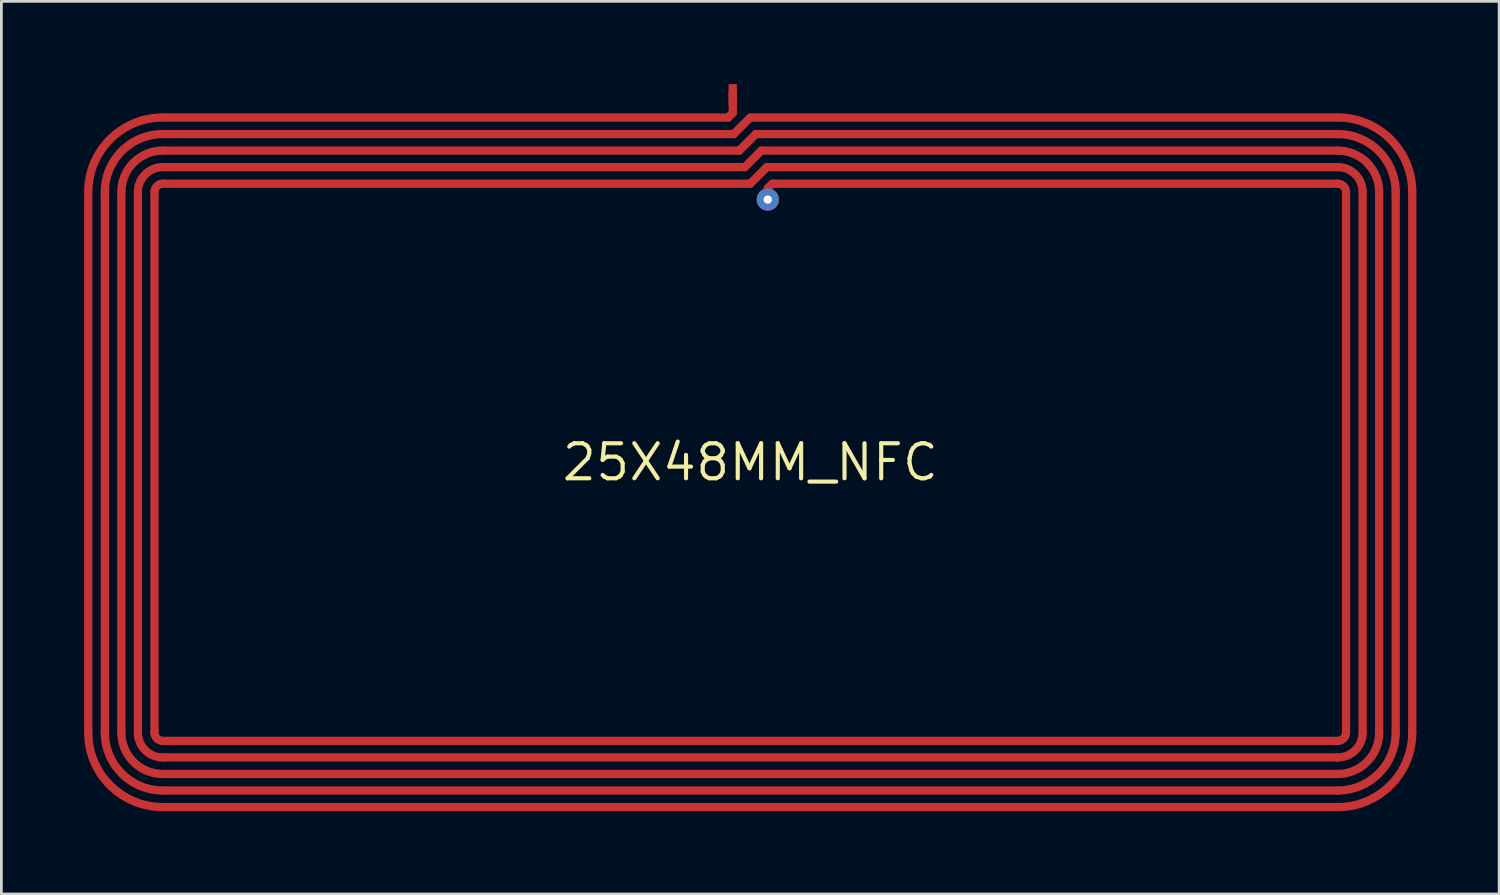
<source format=kicad_pcb>
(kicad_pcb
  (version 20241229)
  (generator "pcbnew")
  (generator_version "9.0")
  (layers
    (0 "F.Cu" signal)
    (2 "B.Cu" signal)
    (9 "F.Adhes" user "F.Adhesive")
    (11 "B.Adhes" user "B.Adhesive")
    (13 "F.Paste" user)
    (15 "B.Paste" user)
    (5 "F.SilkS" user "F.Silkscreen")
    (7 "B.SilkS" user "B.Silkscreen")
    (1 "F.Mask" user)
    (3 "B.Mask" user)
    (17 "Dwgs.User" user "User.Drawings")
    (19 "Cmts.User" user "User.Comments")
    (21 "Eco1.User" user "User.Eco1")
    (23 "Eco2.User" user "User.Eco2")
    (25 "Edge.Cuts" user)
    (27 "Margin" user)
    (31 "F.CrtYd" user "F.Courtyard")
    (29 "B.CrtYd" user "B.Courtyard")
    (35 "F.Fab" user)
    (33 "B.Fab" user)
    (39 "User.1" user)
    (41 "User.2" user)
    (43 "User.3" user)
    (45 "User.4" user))
  (footprint "25X48MM_NFC"
    (layer "F.Cu")
    (at 24.15 13.71)
    (property "Reference" "25X48MM_NFC" (at 0 0 0) (layer "F.SilkS") (effects (font (size 1.27 1.27) (thickness 0.15))))
    (fp_line (start -24 -9.8) (end -24 9.8) (stroke (width 0.3) (type solid)) (layer "F.Cu"))
    (fp_line (start -23.4 -9.8) (end -23.4 9.8) (stroke (width 0.3) (type solid)) (layer "F.Cu"))
    (fp_line (start -22.8 -9.8) (end -22.8 9.8) (stroke (width 0.3) (type solid)) (layer "F.Cu"))
    (fp_line (start -22.2 -9.8) (end -22.2 9.8) (stroke (width 0.3) (type solid)) (layer "F.Cu"))
    (fp_line (start -21.6 -9.8) (end -21.6 9.8) (stroke (width 0.3) (type solid)) (layer "F.Cu"))
    (fp_line (start -21.3 -11.9) (end -0.6 -11.9) (stroke (width 0.3) (type solid)) (layer "F.Cu"))
    (fp_line (start -21.3 -11.3) (end -0.4 -11.3) (stroke (width 0.3) (type solid)) (layer "F.Cu"))
    (fp_line (start -21.3 -10.7) (end -0.2 -10.7) (stroke (width 0.3) (type solid)) (layer "F.Cu"))
    (fp_line (start -21.3 -10.1) (end 0 -10.1) (stroke (width 0.3) (type solid)) (layer "F.Cu"))
    (fp_line (start -21.3 10.1) (end 21.3 10.1) (stroke (width 0.3) (type solid)) (layer "F.Cu"))
    (fp_line (start -21.3 10.7) (end 21.3 10.7) (stroke (width 0.3) (type solid)) (layer "F.Cu"))
    (fp_line (start -21.3 11.3) (end 21.3 11.3) (stroke (width 0.3) (type solid)) (layer "F.Cu"))
    (fp_line (start -21.3 11.9) (end 21.3 11.9) (stroke (width 0.3) (type solid)) (layer "F.Cu"))
    (fp_line (start -21.3 12.5) (end 21.3 12.5) (stroke (width 0.3) (type solid)) (layer "F.Cu"))
    (fp_line (start -0.8 -12.5) (end -21.3 -12.5) (stroke (width 0.3) (type solid)) (layer "F.Cu"))
    (fp_line (start -0.635 -13.462) (end -0.635 -13.335) (stroke (width 0.3) (type solid)) (layer "F.Cu"))
    (fp_line (start -0.635 -13.335) (end -0.635 -12.665) (stroke (width 0.3) (type solid)) (layer "F.Cu"))
    (fp_line (start -0.635 -12.665) (end -0.8 -12.5) (stroke (width 0.3) (type solid)) (layer "F.Cu"))
    (fp_line (start -0.6 -11.9) (end 0 -12.5) (stroke (width 0.3) (type solid)) (layer "F.Cu"))
    (fp_line (start -0.4 -11.3) (end 0.2 -11.9) (stroke (width 0.3) (type solid)) (layer "F.Cu"))
    (fp_line (start -0.2 -10.7) (end 0.4 -11.3) (stroke (width 0.3) (type solid)) (layer "F.Cu"))
    (fp_line (start 0 -12.5) (end 21.3 -12.5) (stroke (width 0.3) (type solid)) (layer "F.Cu"))
    (fp_line (start 0 -10.1) (end 0.6 -10.7) (stroke (width 0.3) (type solid)) (layer "F.Cu"))
    (fp_line (start 0.2 -11.9) (end 21.3 -11.9) (stroke (width 0.3) (type solid)) (layer "F.Cu"))
    (fp_line (start 0.4 -11.3) (end 21.3 -11.3) (stroke (width 0.3) (type solid)) (layer "F.Cu"))
    (fp_line (start 0.635 -9.935) (end 0.8 -10.1) (stroke (width 0.3) (type solid)) (layer "F.Cu"))
    (fp_line (start 0.635 -9.525) (end 0.635 -9.935) (stroke (width 0.3) (type solid)) (layer "F.Cu"))
    (fp_line (start 21.3 -10.7) (end 0.6 -10.7) (stroke (width 0.3) (type solid)) (layer "F.Cu"))
    (fp_line (start 21.3 -10.1) (end 0.8 -10.1) (stroke (width 0.3) (type solid)) (layer "F.Cu"))
    (fp_line (start 21.6 -9.8) (end 21.6 9.8) (stroke (width 0.3) (type solid)) (layer "F.Cu"))
    (fp_line (start 22.2 -9.8) (end 22.2 9.8) (stroke (width 0.3) (type solid)) (layer "F.Cu"))
    (fp_line (start 22.8 -9.8) (end 22.8 9.8) (stroke (width 0.3) (type solid)) (layer "F.Cu"))
    (fp_line (start 23.4 -9.8) (end 23.4 9.8) (stroke (width 0.3) (type solid)) (layer "F.Cu"))
    (fp_line (start 24 -9.8) (end 24 9.8) (stroke (width 0.3) (type solid)) (layer "F.Cu"))
    (fp_arc (start -24 -9.8) (mid -23.209188 -11.709188) (end -21.3 -12.5) (stroke (width 0.3) (type solid)) (layer "F.Cu"))
    (fp_arc (start -23.4 -9.8) (mid -22.784924 -11.284924) (end -21.3 -11.9) (stroke (width 0.3) (type solid)) (layer "F.Cu"))
    (fp_arc (start -22.8 -9.8) (mid -22.36066 -10.86066) (end -21.3 -11.3) (stroke (width 0.3) (type solid)) (layer "F.Cu"))
    (fp_arc (start -22.2 -9.8) (mid -21.936396 -10.436396) (end -21.3 -10.7) (stroke (width 0.3) (type solid)) (layer "F.Cu"))
    (fp_arc (start -21.6 -9.8) (mid -21.512132 -10.012132) (end -21.3 -10.1) (stroke (width 0.3) (type solid)) (layer "F.Cu"))
    (fp_arc (start -21.3 10.1) (mid -21.512132 10.012132) (end -21.6 9.8) (stroke (width 0.3) (type solid)) (layer "F.Cu"))
    (fp_arc (start -21.3 10.7) (mid -21.936396 10.436396) (end -22.2 9.8) (stroke (width 0.3) (type solid)) (layer "F.Cu"))
    (fp_arc (start -21.3 11.3) (mid -22.36066 10.86066) (end -22.8 9.8) (stroke (width 0.3) (type solid)) (layer "F.Cu"))
    (fp_arc (start -21.3 11.9) (mid -22.784924 11.284924) (end -23.4 9.8) (stroke (width 0.3) (type solid)) (layer "F.Cu"))
    (fp_arc (start -21.3 12.5) (mid -23.209188 11.709188) (end -24 9.8) (stroke (width 0.3) (type solid)) (layer "F.Cu"))
    (fp_arc (start 21.3 -12.5) (mid 23.209188 -11.709188) (end 24 -9.8) (stroke (width 0.3) (type solid)) (layer "F.Cu"))
    (fp_arc (start 21.3 -11.9) (mid 22.784924 -11.284924) (end 23.4 -9.8) (stroke (width 0.3) (type solid)) (layer "F.Cu"))
    (fp_arc (start 21.3 -11.3) (mid 22.36066 -10.86066) (end 22.8 -9.8) (stroke (width 0.3) (type solid)) (layer "F.Cu"))
    (fp_arc (start 21.3 -10.7) (mid 21.936396 -10.436396) (end 22.2 -9.8) (stroke (width 0.3) (type solid)) (layer "F.Cu"))
    (fp_arc (start 21.3 -10.1) (mid 21.512132 -10.012132) (end 21.6 -9.8) (stroke (width 0.3) (type solid)) (layer "F.Cu"))
    (fp_arc (start 21.6 9.8) (mid 21.512132 10.012132) (end 21.3 10.1) (stroke (width 0.3) (type solid)) (layer "F.Cu"))
    (fp_arc (start 22.2 9.8) (mid 21.936396 10.436396) (end 21.3 10.7) (stroke (width 0.3) (type solid)) (layer "F.Cu"))
    (fp_arc (start 22.8 9.8) (mid 22.36066 10.86066) (end 21.3 11.3) (stroke (width 0.3) (type solid)) (layer "F.Cu"))
    (fp_arc (start 23.4 9.8) (mid 22.784924 11.284924) (end 21.3 11.9) (stroke (width 0.3) (type solid)) (layer "F.Cu"))
    (fp_arc (start 24 9.8) (mid 23.209188 11.709188) (end 21.3 12.5) (stroke (width 0.3) (type solid)) (layer "F.Cu"))
    (pad "P$1" smd rect (at -0.635 -13.335 90) (size 0.75 0.3) (layers "F.Cu" "F.Mask" "F.Paste"))
    (pad "P$2" thru_hole circle (at 0.635 -9.525) (size 0.808 0.808) (drill 0.3) (layers "*.Cu" "*.Mask")))
  (gr_rect
    (start -3 -3)
    (end 51.3 29.36)
    (stroke (width 0.1) (type default))
    (fill no)
    (layer "Edge.Cuts")))
</source>
